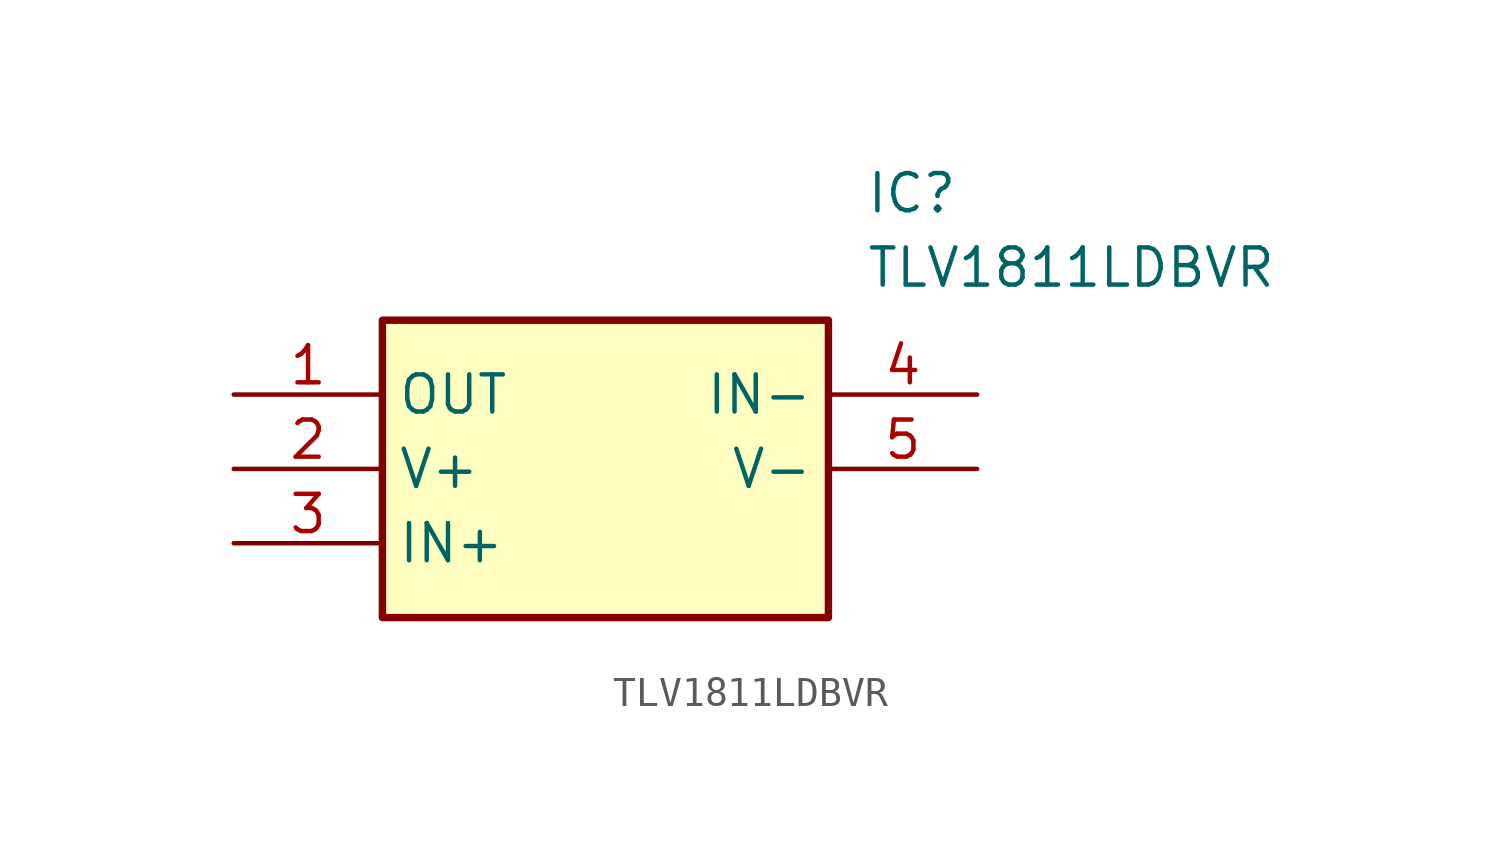
<source format=kicad_sym>
(kicad_symbol_lib
  (version 20211014)
  (generator SamacSys_ECAD_Model)
  (symbol "TLV1811LDBVR"
    (property "Reference" "IC"
      (at 21.59 7.62 0)
      (effects (font (size 1.27 1.27)) (justify left top)))
    (property "Value" "TLV1811LDBVR"
      (at 21.59 5.08 0)
      (effects (font (size 1.27 1.27)) (justify left top)))
    (rectangle
      (start 5.08 2.54)
      (end 20.32 -7.62)
      (stroke (width 0.254) (type default))
      (fill (type background)))
    (pin passive line
      (at 0 0 0)
      (length 5.08)
      (name "OUT" (effects (font (size 1.27 1.27))))
      (number "1" (effects (font (size 1.27 1.27)))))
    (pin passive line
      (at 0 -2.54 0)
      (length 5.08)
      (name "V+" (effects (font (size 1.27 1.27))))
      (number "2" (effects (font (size 1.27 1.27)))))
    (pin passive line
      (at 0 -5.08 0)
      (length 5.08)
      (name "IN+" (effects (font (size 1.27 1.27))))
      (number "3" (effects (font (size 1.27 1.27)))))
    (pin passive line
      (at 25.4 0 180)
      (length 5.08)
      (name "IN-" (effects (font (size 1.27 1.27))))
      (number "4" (effects (font (size 1.27 1.27)))))
    (pin passive line
      (at 25.4 -2.54 180)
      (length 5.08)
      (name "V-" (effects (font (size 1.27 1.27))))
      (number "5" (effects (font (size 1.27 1.27)))))))
</source>
